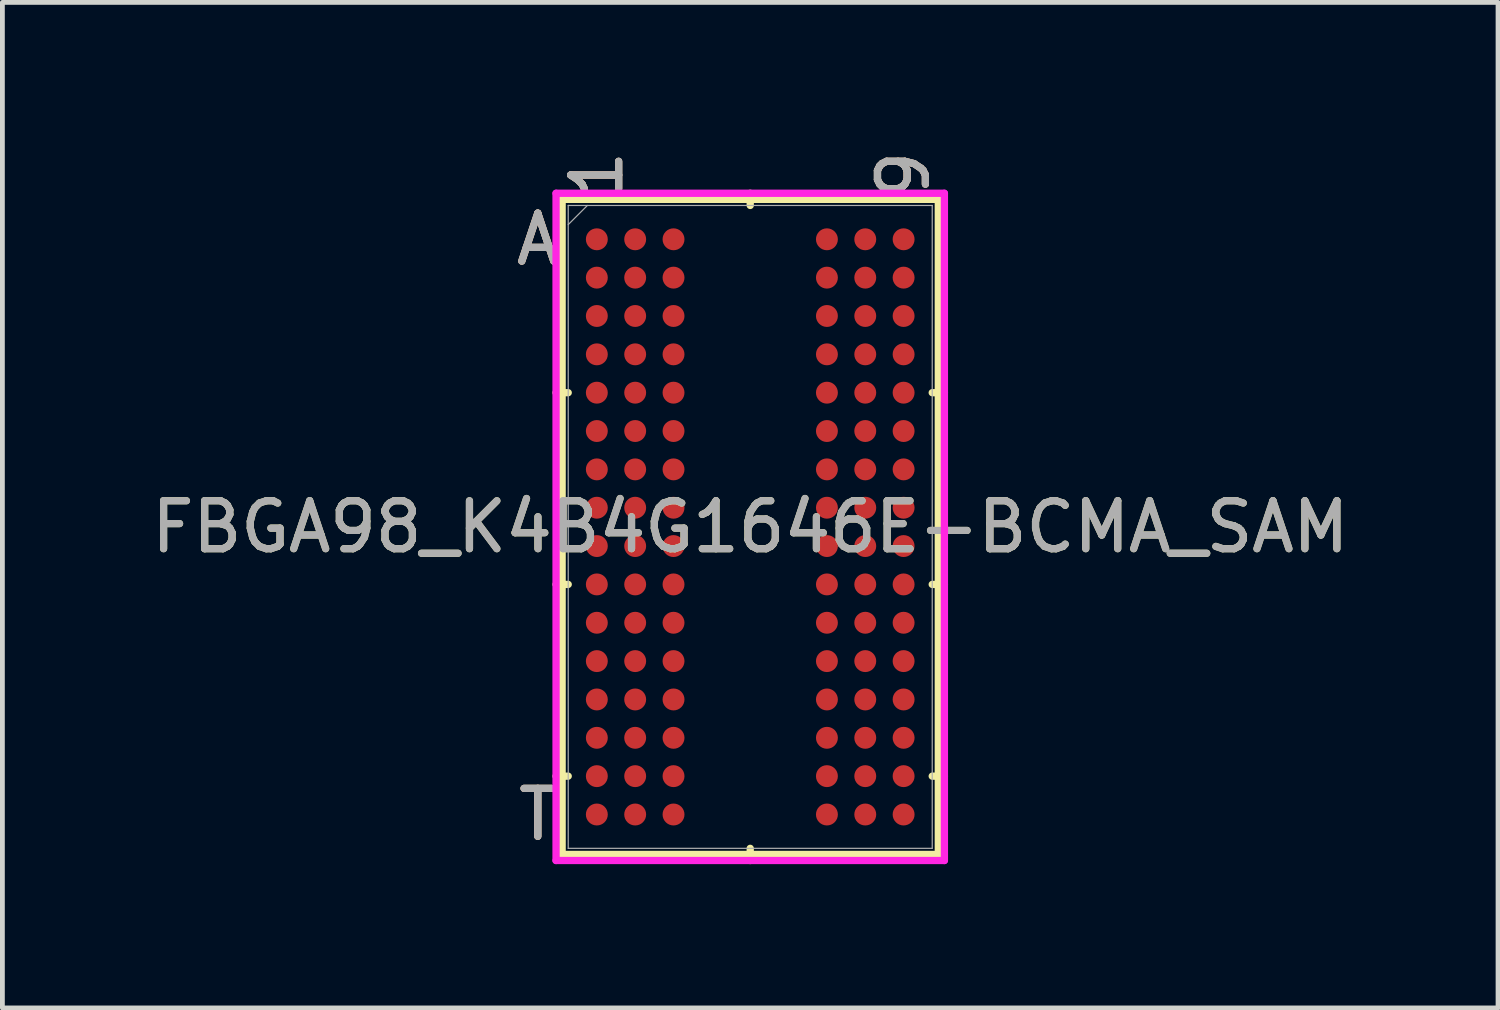
<source format=kicad_pcb>
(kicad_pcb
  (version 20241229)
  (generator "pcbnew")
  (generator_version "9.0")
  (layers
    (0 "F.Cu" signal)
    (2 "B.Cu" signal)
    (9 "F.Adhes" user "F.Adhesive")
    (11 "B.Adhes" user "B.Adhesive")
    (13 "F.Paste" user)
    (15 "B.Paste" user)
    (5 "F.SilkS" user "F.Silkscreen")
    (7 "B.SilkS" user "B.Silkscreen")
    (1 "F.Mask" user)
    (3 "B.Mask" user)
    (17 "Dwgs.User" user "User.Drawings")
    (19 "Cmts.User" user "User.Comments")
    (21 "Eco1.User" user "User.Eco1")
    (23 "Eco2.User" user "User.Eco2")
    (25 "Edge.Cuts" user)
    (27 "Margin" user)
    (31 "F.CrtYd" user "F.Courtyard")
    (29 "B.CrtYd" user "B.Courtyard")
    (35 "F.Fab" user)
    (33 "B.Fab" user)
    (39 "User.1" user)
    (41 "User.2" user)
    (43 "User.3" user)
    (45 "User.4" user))
  (footprint "FBGA98_K4B4G1646E-BCMA_SAM"
    (layer "F.Cu")
    (at 12.601 7.942)
    (property "Reference" "FBGA98_K4B4G1646E-BCMA_SAM" (at 0 0 0) (unlocked yes) (layer "F.SilkS") (effects (font (size 1 1) (thickness 0.15))))
    (attr smd)
    (fp_line (start -3.924 -6.833) (end -3.924 6.833) (stroke (width 0.152) (type solid)) (layer "F.SilkS"))
    (fp_line (start -3.924 6.833) (end 3.924 6.833) (stroke (width 0.152) (type solid)) (layer "F.SilkS"))
    (fp_line (start -3.797 -2.8) (end -4.051 -2.8) (stroke (width 0.152) (type solid)) (layer "F.SilkS"))
    (fp_line (start -3.797 1.2) (end -4.051 1.2) (stroke (width 0.152) (type solid)) (layer "F.SilkS"))
    (fp_line (start -3.797 5.2) (end -4.051 5.2) (stroke (width 0.152) (type solid)) (layer "F.SilkS"))
    (fp_line (start 0 -6.706) (end 0 -6.96) (stroke (width 0.152) (type solid)) (layer "F.SilkS"))
    (fp_line (start 0 6.706) (end 0 6.96) (stroke (width 0.152) (type solid)) (layer "F.SilkS"))
    (fp_line (start 3.797 -2.8) (end 4.051 -2.8) (stroke (width 0.152) (type solid)) (layer "F.SilkS"))
    (fp_line (start 3.797 1.2) (end 4.051 1.2) (stroke (width 0.152) (type solid)) (layer "F.SilkS"))
    (fp_line (start 3.797 5.2) (end 4.051 5.2) (stroke (width 0.152) (type solid)) (layer "F.SilkS"))
    (fp_line (start 3.924 -6.833) (end -3.924 -6.833) (stroke (width 0.152) (type solid)) (layer "F.SilkS"))
    (fp_line (start 3.924 6.833) (end 3.924 -6.833) (stroke (width 0.152) (type solid)) (layer "F.SilkS"))
    (fp_line (start -4.051 -6.96) (end 4.051 -6.96) (stroke (width 0.152) (type solid)) (layer "F.CrtYd"))
    (fp_line (start -4.051 6.96) (end -4.051 -6.96) (stroke (width 0.152) (type solid)) (layer "F.CrtYd"))
    (fp_line (start 4.051 -6.96) (end 4.051 6.96) (stroke (width 0.152) (type solid)) (layer "F.CrtYd"))
    (fp_line (start 4.051 6.96) (end -4.051 6.96) (stroke (width 0.152) (type solid)) (layer "F.CrtYd"))
    (fp_line (start -3.797 -6.706) (end -3.797 6.706) (stroke (width 0.025) (type solid)) (layer "F.Fab"))
    (fp_line (start -3.797 6.706) (end 3.797 6.706) (stroke (width 0.025) (type solid)) (layer "F.Fab"))
    (fp_line (start -3.397 -6.706) (end -3.797 -6.306) (stroke (width 0.025) (type solid)) (layer "F.Fab"))
    (fp_line (start 3.797 -6.706) (end -3.797 -6.706) (stroke (width 0.025) (type solid)) (layer "F.Fab"))
    (fp_line (start 3.797 6.706) (end 3.797 -6.706) (stroke (width 0.025) (type solid)) (layer "F.Fab"))
    (fp_text user "A" (at -4.432 -6 0) (unlocked yes) (layer "F.SilkS") (effects (font (size 1 1) (thickness 0.15))))
    (fp_text user "9" (at 3.2 -7.341 90) (unlocked yes) (layer "F.SilkS") (effects (font (size 1 1) (thickness 0.15))))
    (fp_text user "T" (at -4.432 6 0) (unlocked yes) (layer "F.SilkS") (effects (font (size 1 1) (thickness 0.15))))
    (fp_text user "1" (at -3.2 -7.341 90) (unlocked yes) (layer "F.SilkS") (effects (font (size 1 1) (thickness 0.15))))
    (fp_text user "1" (at -3.2 -7.341 90) (unlocked yes) (layer "B.SilkS") (effects (font (size 1 1) (thickness 0.15))))
    (fp_text user "9" (at 3.2 -7.341 90) (unlocked yes) (layer "B.SilkS") (effects (font (size 1 1) (thickness 0.15))))
    (fp_text user "T" (at -4.432 6 0) (unlocked yes) (layer "B.SilkS") (effects (font (size 1 1) (thickness 0.15))))
    (fp_text user "A" (at -4.432 -6 0) (unlocked yes) (layer "B.SilkS") (effects (font (size 1 1) (thickness 0.15))))
    (fp_text user "T" (at -4.432 6 0) (unlocked yes) (layer "F.Fab") (effects (font (size 1 1) (thickness 0.15))))
    (fp_text user "${REFERENCE}" (at 0 0 0) (unlocked yes) (layer "F.Fab") (effects (font (size 1 1) (thickness 0.15))))
    (fp_text user "A" (at -4.432 -6 0) (unlocked yes) (layer "F.Fab") (effects (font (size 1 1) (thickness 0.15))))
    (fp_text user "1" (at -3.2 -7.341 90) (unlocked yes) (layer "F.Fab") (effects (font (size 1 1) (thickness 0.15))))
    (fp_text user "9" (at 3.2 -7.341 90) (unlocked yes) (layer "F.Fab") (effects (font (size 1 1) (thickness 0.15))))
    (pad "A1" smd circle (at -3.2 -6) (size 0.457 0.457) (layers "F.Cu" "F.Mask" "F.Paste"))
    (pad "A2" smd circle (at -2.4 -6) (size 0.457 0.457) (layers "F.Cu" "F.Mask" "F.Paste"))
    (pad "A3" smd circle (at -1.6 -6) (size 0.457 0.457) (layers "F.Cu" "F.Mask" "F.Paste"))
    (pad "A7" smd circle (at 1.6 -6) (size 0.457 0.457) (layers "F.Cu" "F.Mask" "F.Paste"))
    (pad "A8" smd circle (at 2.4 -6) (size 0.457 0.457) (layers "F.Cu" "F.Mask" "F.Paste"))
    (pad "A9" smd circle (at 3.2 -6) (size 0.457 0.457) (layers "F.Cu" "F.Mask" "F.Paste"))
    (pad "B1" smd circle (at -3.2 -5.2) (size 0.457 0.457) (layers "F.Cu" "F.Mask" "F.Paste"))
    (pad "B2" smd circle (at -2.4 -5.2) (size 0.457 0.457) (layers "F.Cu" "F.Mask" "F.Paste"))
    (pad "B3" smd circle (at -1.6 -5.2) (size 0.457 0.457) (layers "F.Cu" "F.Mask" "F.Paste"))
    (pad "B7" smd circle (at 1.6 -5.2) (size 0.457 0.457) (layers "F.Cu" "F.Mask" "F.Paste"))
    (pad "B8" smd circle (at 2.4 -5.2) (size 0.457 0.457) (layers "F.Cu" "F.Mask" "F.Paste"))
    (pad "B9" smd circle (at 3.2 -5.2) (size 0.457 0.457) (layers "F.Cu" "F.Mask" "F.Paste"))
    (pad "C1" smd circle (at -3.2 -4.4) (size 0.457 0.457) (layers "F.Cu" "F.Mask" "F.Paste"))
    (pad "C2" smd circle (at -2.4 -4.4) (size 0.457 0.457) (layers "F.Cu" "F.Mask" "F.Paste"))
    (pad "C3" smd circle (at -1.6 -4.4) (size 0.457 0.457) (layers "F.Cu" "F.Mask" "F.Paste"))
    (pad "C7" smd circle (at 1.6 -4.4) (size 0.457 0.457) (layers "F.Cu" "F.Mask" "F.Paste"))
    (pad "C8" smd circle (at 2.4 -4.4) (size 0.457 0.457) (layers "F.Cu" "F.Mask" "F.Paste"))
    (pad "C9" smd circle (at 3.2 -4.4) (size 0.457 0.457) (layers "F.Cu" "F.Mask" "F.Paste"))
    (pad "D1" smd circle (at -3.2 -3.6) (size 0.457 0.457) (layers "F.Cu" "F.Mask" "F.Paste"))
    (pad "D2" smd circle (at -2.4 -3.6) (size 0.457 0.457) (layers "F.Cu" "F.Mask" "F.Paste"))
    (pad "D3" smd circle (at -1.6 -3.6) (size 0.457 0.457) (layers "F.Cu" "F.Mask" "F.Paste"))
    (pad "D7" smd circle (at 1.6 -3.6) (size 0.457 0.457) (layers "F.Cu" "F.Mask" "F.Paste"))
    (pad "D8" smd circle (at 2.4 -3.6) (size 0.457 0.457) (layers "F.Cu" "F.Mask" "F.Paste"))
    (pad "D9" smd circle (at 3.2 -3.6) (size 0.457 0.457) (layers "F.Cu" "F.Mask" "F.Paste"))
    (pad "E1" smd circle (at -3.2 -2.8) (size 0.457 0.457) (layers "F.Cu" "F.Mask" "F.Paste"))
    (pad "E2" smd circle (at -2.4 -2.8) (size 0.457 0.457) (layers "F.Cu" "F.Mask" "F.Paste"))
    (pad "E3" smd circle (at -1.6 -2.8) (size 0.457 0.457) (layers "F.Cu" "F.Mask" "F.Paste"))
    (pad "E7" smd circle (at 1.6 -2.8) (size 0.457 0.457) (layers "F.Cu" "F.Mask" "F.Paste"))
    (pad "E8" smd circle (at 2.4 -2.8) (size 0.457 0.457) (layers "F.Cu" "F.Mask" "F.Paste"))
    (pad "E9" smd circle (at 3.2 -2.8) (size 0.457 0.457) (layers "F.Cu" "F.Mask" "F.Paste"))
    (pad "F1" smd circle (at -3.2 -2) (size 0.457 0.457) (layers "F.Cu" "F.Mask" "F.Paste"))
    (pad "F2" smd circle (at -2.4 -2) (size 0.457 0.457) (layers "F.Cu" "F.Mask" "F.Paste"))
    (pad "F3" smd circle (at -1.6 -2) (size 0.457 0.457) (layers "F.Cu" "F.Mask" "F.Paste"))
    (pad "F7" smd circle (at 1.6 -2) (size 0.457 0.457) (layers "F.Cu" "F.Mask" "F.Paste"))
    (pad "F8" smd circle (at 2.4 -2) (size 0.457 0.457) (layers "F.Cu" "F.Mask" "F.Paste"))
    (pad "F9" smd circle (at 3.2 -2) (size 0.457 0.457) (layers "F.Cu" "F.Mask" "F.Paste"))
    (pad "G1" smd circle (at -3.2 -1.2) (size 0.457 0.457) (layers "F.Cu" "F.Mask" "F.Paste"))
    (pad "G2" smd circle (at -2.4 -1.2) (size 0.457 0.457) (layers "F.Cu" "F.Mask" "F.Paste"))
    (pad "G3" smd circle (at -1.6 -1.2) (size 0.457 0.457) (layers "F.Cu" "F.Mask" "F.Paste"))
    (pad "G7" smd circle (at 1.6 -1.2) (size 0.457 0.457) (layers "F.Cu" "F.Mask" "F.Paste"))
    (pad "G8" smd circle (at 2.4 -1.2) (size 0.457 0.457) (layers "F.Cu" "F.Mask" "F.Paste"))
    (pad "G9" smd circle (at 3.2 -1.2) (size 0.457 0.457) (layers "F.Cu" "F.Mask" "F.Paste"))
    (pad "H1" smd circle (at -3.2 -0.4) (size 0.457 0.457) (layers "F.Cu" "F.Mask" "F.Paste"))
    (pad "H2" smd circle (at -2.4 -0.4) (size 0.457 0.457) (layers "F.Cu" "F.Mask" "F.Paste"))
    (pad "H3" smd circle (at -1.6 -0.4) (size 0.457 0.457) (layers "F.Cu" "F.Mask" "F.Paste"))
    (pad "H7" smd circle (at 1.6 -0.4) (size 0.457 0.457) (layers "F.Cu" "F.Mask" "F.Paste"))
    (pad "H8" smd circle (at 2.4 -0.4) (size 0.457 0.457) (layers "F.Cu" "F.Mask" "F.Paste"))
    (pad "H9" smd circle (at 3.2 -0.4) (size 0.457 0.457) (layers "F.Cu" "F.Mask" "F.Paste"))
    (pad "J1" smd circle (at -3.2 0.4) (size 0.457 0.457) (layers "F.Cu" "F.Mask" "F.Paste"))
    (pad "J2" smd circle (at -2.4 0.4) (size 0.457 0.457) (layers "F.Cu" "F.Mask" "F.Paste"))
    (pad "J3" smd circle (at -1.6 0.4) (size 0.457 0.457) (layers "F.Cu" "F.Mask" "F.Paste"))
    (pad "J7" smd circle (at 1.6 0.4) (size 0.457 0.457) (layers "F.Cu" "F.Mask" "F.Paste"))
    (pad "J8" smd circle (at 2.4 0.4) (size 0.457 0.457) (layers "F.Cu" "F.Mask" "F.Paste"))
    (pad "J9" smd circle (at 3.2 0.4) (size 0.457 0.457) (layers "F.Cu" "F.Mask" "F.Paste"))
    (pad "K1" smd circle (at -3.2 1.2) (size 0.457 0.457) (layers "F.Cu" "F.Mask" "F.Paste"))
    (pad "K2" smd circle (at -2.4 1.2) (size 0.457 0.457) (layers "F.Cu" "F.Mask" "F.Paste"))
    (pad "K3" smd circle (at -1.6 1.2) (size 0.457 0.457) (layers "F.Cu" "F.Mask" "F.Paste"))
    (pad "K7" smd circle (at 1.6 1.2) (size 0.457 0.457) (layers "F.Cu" "F.Mask" "F.Paste"))
    (pad "K8" smd circle (at 2.4 1.2) (size 0.457 0.457) (layers "F.Cu" "F.Mask" "F.Paste"))
    (pad "K9" smd circle (at 3.2 1.2) (size 0.457 0.457) (layers "F.Cu" "F.Mask" "F.Paste"))
    (pad "L1" smd circle (at -3.2 2) (size 0.457 0.457) (layers "F.Cu" "F.Mask" "F.Paste"))
    (pad "L2" smd circle (at -2.4 2) (size 0.457 0.457) (layers "F.Cu" "F.Mask" "F.Paste"))
    (pad "L3" smd circle (at -1.6 2) (size 0.457 0.457) (layers "F.Cu" "F.Mask" "F.Paste"))
    (pad "L7" smd circle (at 1.6 2) (size 0.457 0.457) (layers "F.Cu" "F.Mask" "F.Paste"))
    (pad "L8" smd circle (at 2.4 2) (size 0.457 0.457) (layers "F.Cu" "F.Mask" "F.Paste"))
    (pad "L9" smd circle (at 3.2 2) (size 0.457 0.457) (layers "F.Cu" "F.Mask" "F.Paste"))
    (pad "M1" smd circle (at -3.2 2.8) (size 0.457 0.457) (layers "F.Cu" "F.Mask" "F.Paste"))
    (pad "M2" smd circle (at -2.4 2.8) (size 0.457 0.457) (layers "F.Cu" "F.Mask" "F.Paste"))
    (pad "M3" smd circle (at -1.6 2.8) (size 0.457 0.457) (layers "F.Cu" "F.Mask" "F.Paste"))
    (pad "M7" smd circle (at 1.6 2.8) (size 0.457 0.457) (layers "F.Cu" "F.Mask" "F.Paste"))
    (pad "M8" smd circle (at 2.4 2.8) (size 0.457 0.457) (layers "F.Cu" "F.Mask" "F.Paste"))
    (pad "M9" smd circle (at 3.2 2.8) (size 0.457 0.457) (layers "F.Cu" "F.Mask" "F.Paste"))
    (pad "N1" smd circle (at -3.2 3.6) (size 0.457 0.457) (layers "F.Cu" "F.Mask" "F.Paste"))
    (pad "N2" smd circle (at -2.4 3.6) (size 0.457 0.457) (layers "F.Cu" "F.Mask" "F.Paste"))
    (pad "N3" smd circle (at -1.6 3.6) (size 0.457 0.457) (layers "F.Cu" "F.Mask" "F.Paste"))
    (pad "N7" smd circle (at 1.6 3.6) (size 0.457 0.457) (layers "F.Cu" "F.Mask" "F.Paste"))
    (pad "N8" smd circle (at 2.4 3.6) (size 0.457 0.457) (layers "F.Cu" "F.Mask" "F.Paste"))
    (pad "N9" smd circle (at 3.2 3.6) (size 0.457 0.457) (layers "F.Cu" "F.Mask" "F.Paste"))
    (pad "P1" smd circle (at -3.2 4.4) (size 0.457 0.457) (layers "F.Cu" "F.Mask" "F.Paste"))
    (pad "P2" smd circle (at -2.4 4.4) (size 0.457 0.457) (layers "F.Cu" "F.Mask" "F.Paste"))
    (pad "P3" smd circle (at -1.6 4.4) (size 0.457 0.457) (layers "F.Cu" "F.Mask" "F.Paste"))
    (pad "P7" smd circle (at 1.6 4.4) (size 0.457 0.457) (layers "F.Cu" "F.Mask" "F.Paste"))
    (pad "P8" smd circle (at 2.4 4.4) (size 0.457 0.457) (layers "F.Cu" "F.Mask" "F.Paste"))
    (pad "P9" smd circle (at 3.2 4.4) (size 0.457 0.457) (layers "F.Cu" "F.Mask" "F.Paste"))
    (pad "R1" smd circle (at -3.2 5.2) (size 0.457 0.457) (layers "F.Cu" "F.Mask" "F.Paste"))
    (pad "R2" smd circle (at -2.4 5.2) (size 0.457 0.457) (layers "F.Cu" "F.Mask" "F.Paste"))
    (pad "R3" smd circle (at -1.6 5.2) (size 0.457 0.457) (layers "F.Cu" "F.Mask" "F.Paste"))
    (pad "R7" smd circle (at 1.6 5.2) (size 0.457 0.457) (layers "F.Cu" "F.Mask" "F.Paste"))
    (pad "R8" smd circle (at 2.4 5.2) (size 0.457 0.457) (layers "F.Cu" "F.Mask" "F.Paste"))
    (pad "R9" smd circle (at 3.2 5.2) (size 0.457 0.457) (layers "F.Cu" "F.Mask" "F.Paste"))
    (pad "T1" smd circle (at -3.2 6) (size 0.457 0.457) (layers "F.Cu" "F.Mask" "F.Paste"))
    (pad "T2" smd circle (at -2.4 6) (size 0.457 0.457) (layers "F.Cu" "F.Mask" "F.Paste"))
    (pad "T3" smd circle (at -1.6 6) (size 0.457 0.457) (layers "F.Cu" "F.Mask" "F.Paste"))
    (pad "T7" smd circle (at 1.6 6) (size 0.457 0.457) (layers "F.Cu" "F.Mask" "F.Paste"))
    (pad "T8" smd circle (at 2.4 6) (size 0.457 0.457) (layers "F.Cu" "F.Mask" "F.Paste"))
    (pad "T9" smd circle (at 3.2 6) (size 0.457 0.457) (layers "F.Cu" "F.Mask" "F.Paste")))
  (gr_rect
    (start -3 -3)
    (end 28.202 17.978)
    (stroke (width 0.1) (type default))
    (fill no)
    (layer "Edge.Cuts")))
</source>
